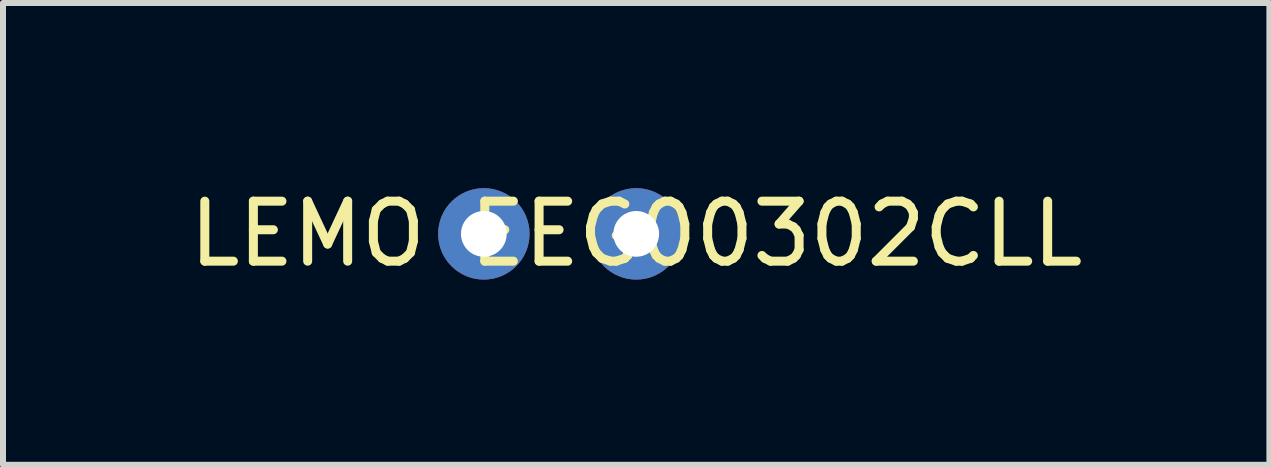
<source format=kicad_pcb>
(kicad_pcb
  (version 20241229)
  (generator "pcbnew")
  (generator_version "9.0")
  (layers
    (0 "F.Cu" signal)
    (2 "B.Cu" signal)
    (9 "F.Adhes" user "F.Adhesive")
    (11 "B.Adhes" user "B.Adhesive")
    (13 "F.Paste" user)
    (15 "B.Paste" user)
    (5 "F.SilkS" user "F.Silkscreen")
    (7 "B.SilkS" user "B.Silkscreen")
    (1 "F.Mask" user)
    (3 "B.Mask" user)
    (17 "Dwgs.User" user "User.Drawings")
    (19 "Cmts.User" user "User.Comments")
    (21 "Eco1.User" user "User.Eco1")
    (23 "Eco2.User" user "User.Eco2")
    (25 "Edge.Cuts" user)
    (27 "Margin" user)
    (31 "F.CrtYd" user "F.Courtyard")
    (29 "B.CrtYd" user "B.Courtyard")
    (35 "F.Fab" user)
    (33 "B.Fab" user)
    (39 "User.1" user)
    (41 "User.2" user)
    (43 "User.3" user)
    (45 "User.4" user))
  (footprint "LEMO EEG00302CLL"
    (layer "F.Cu")
    (at 5.014 0.848)
    (property "Reference" "LEMO EEG00302CLL" (at 2.54 0 0) (unlocked yes) (layer "F.SilkS") (effects (font (size 1 1) (thickness 0.15))))
    (attr through_hole)
    (pad "1" thru_hole circle (at 0 0) (size 1.524 1.524) (drill 0.762) (layers "*.Cu" "*.Mask"))
    (pad "2" thru_hole circle (at 2.54 0) (size 1.524 1.524) (drill 0.762) (layers "*.Cu" "*.Mask")))
  (gr_rect
    (start -3 -3)
    (end 18.107 4.697)
    (stroke (width 0.1) (type default))
    (fill no)
    (layer "Edge.Cuts")))
</source>
